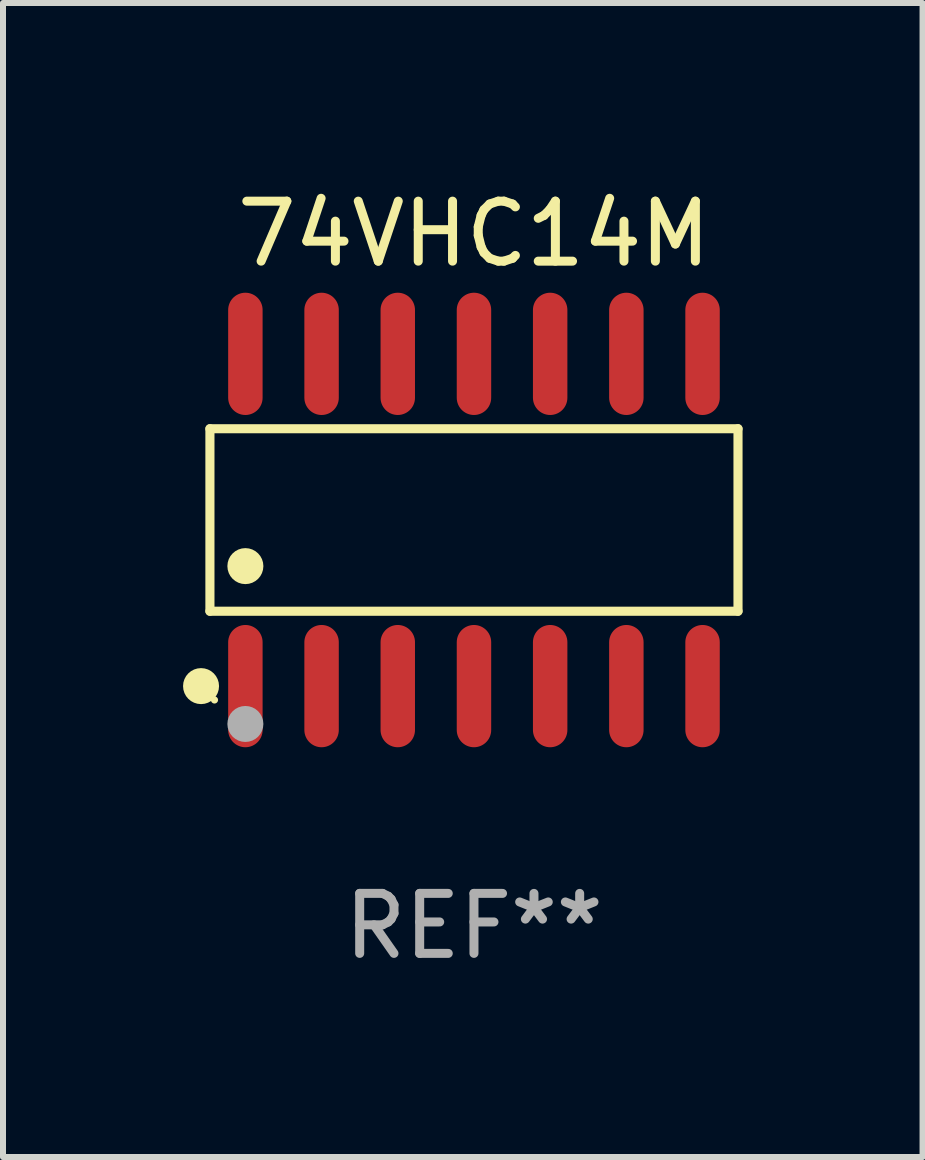
<source format=kicad_pcb>
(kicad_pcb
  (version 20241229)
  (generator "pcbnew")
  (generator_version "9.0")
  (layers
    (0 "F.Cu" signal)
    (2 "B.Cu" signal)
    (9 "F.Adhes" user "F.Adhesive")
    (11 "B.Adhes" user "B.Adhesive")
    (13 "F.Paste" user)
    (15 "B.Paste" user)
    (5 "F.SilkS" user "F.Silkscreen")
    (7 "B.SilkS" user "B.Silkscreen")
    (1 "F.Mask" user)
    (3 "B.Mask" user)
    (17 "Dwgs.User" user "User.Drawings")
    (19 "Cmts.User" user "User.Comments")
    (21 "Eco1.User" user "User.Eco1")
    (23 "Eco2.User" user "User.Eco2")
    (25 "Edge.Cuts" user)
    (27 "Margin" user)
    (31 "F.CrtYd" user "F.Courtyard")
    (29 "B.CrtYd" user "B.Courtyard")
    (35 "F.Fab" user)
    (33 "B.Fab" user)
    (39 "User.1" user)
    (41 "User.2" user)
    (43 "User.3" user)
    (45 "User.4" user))
  (footprint "74VHC14M"
    (layer "F.Cu")
    (at 4.85 5.617)
    (property "Reference" "74VHC14M" (at 0 -4.769 0) (layer "F.SilkS") (effects (font (size 1 1) (thickness 0.15))))
    (attr through_hole)
    (fp_line (start -4.401 -1.521) (end 4.401 -1.521) (stroke (width 0.152) (type solid)) (layer "F.SilkS"))
    (fp_line (start -4.401 1.521) (end -4.401 -1.521) (stroke (width 0.152) (type solid)) (layer "F.SilkS"))
    (fp_line (start 4.401 -1.521) (end 4.401 1.521) (stroke (width 0.152) (type solid)) (layer "F.SilkS"))
    (fp_line (start 4.401 1.521) (end -4.401 1.521) (stroke (width 0.152) (type solid)) (layer "F.SilkS"))
    (fp_circle (center -4.549 2.769) (end -4.399 2.769) (stroke (width 0.3) (type solid)) (fill no) (layer "F.SilkS"))
    (fp_circle (center -4.325 3) (end -4.295 3) (stroke (width 0.06) (type solid)) (fill no) (layer "F.SilkS"))
    (fp_circle (center -3.81 0.769) (end -3.66 0.769) (stroke (width 0.3) (type solid)) (fill no) (layer "F.SilkS"))
    (fp_circle (center -3.81 3.4) (end -3.66 3.4) (stroke (width 0.3) (type solid)) (fill no) (layer "F.Fab"))
    (fp_text user "REF**" (at 0 6.769 0) (layer "F.Fab") (effects (font (size 1 1) (thickness 0.15))))
    (pad "1" smd oval (at -3.81 2.769) (size 0.574 2.038) (layers "F.Cu" "F.Mask" "F.Paste"))
    (pad "2" smd oval (at -2.54 2.769) (size 0.574 2.038) (layers "F.Cu" "F.Mask" "F.Paste"))
    (pad "3" smd oval (at -1.27 2.769) (size 0.574 2.038) (layers "F.Cu" "F.Mask" "F.Paste"))
    (pad "4" smd oval (at 0 2.769) (size 0.574 2.038) (layers "F.Cu" "F.Mask" "F.Paste"))
    (pad "5" smd oval (at 1.27 2.769) (size 0.574 2.038) (layers "F.Cu" "F.Mask" "F.Paste"))
    (pad "6" smd oval (at 2.54 2.769) (size 0.574 2.038) (layers "F.Cu" "F.Mask" "F.Paste"))
    (pad "7" smd oval (at 3.81 2.769) (size 0.574 2.038) (layers "F.Cu" "F.Mask" "F.Paste"))
    (pad "8" smd oval (at 3.81 -2.769) (size 0.574 2.038) (layers "F.Cu" "F.Mask" "F.Paste"))
    (pad "9" smd oval (at 2.54 -2.769) (size 0.574 2.038) (layers "F.Cu" "F.Mask" "F.Paste"))
    (pad "10" smd oval (at 1.27 -2.769) (size 0.574 2.038) (layers "F.Cu" "F.Mask" "F.Paste"))
    (pad "11" smd oval (at 0 -2.769) (size 0.574 2.038) (layers "F.Cu" "F.Mask" "F.Paste"))
    (pad "12" smd oval (at -1.27 -2.769) (size 0.574 2.038) (layers "F.Cu" "F.Mask" "F.Paste"))
    (pad "13" smd oval (at -2.54 -2.769) (size 0.574 2.038) (layers "F.Cu" "F.Mask" "F.Paste"))
    (pad "14" smd oval (at -3.81 -2.769) (size 0.574 2.038) (layers "F.Cu" "F.Mask" "F.Paste")))
  (gr_rect
    (start -3 -3)
    (end 12.327 16.235)
    (stroke (width 0.1) (type default))
    (fill no)
    (layer "Edge.Cuts")))
</source>
